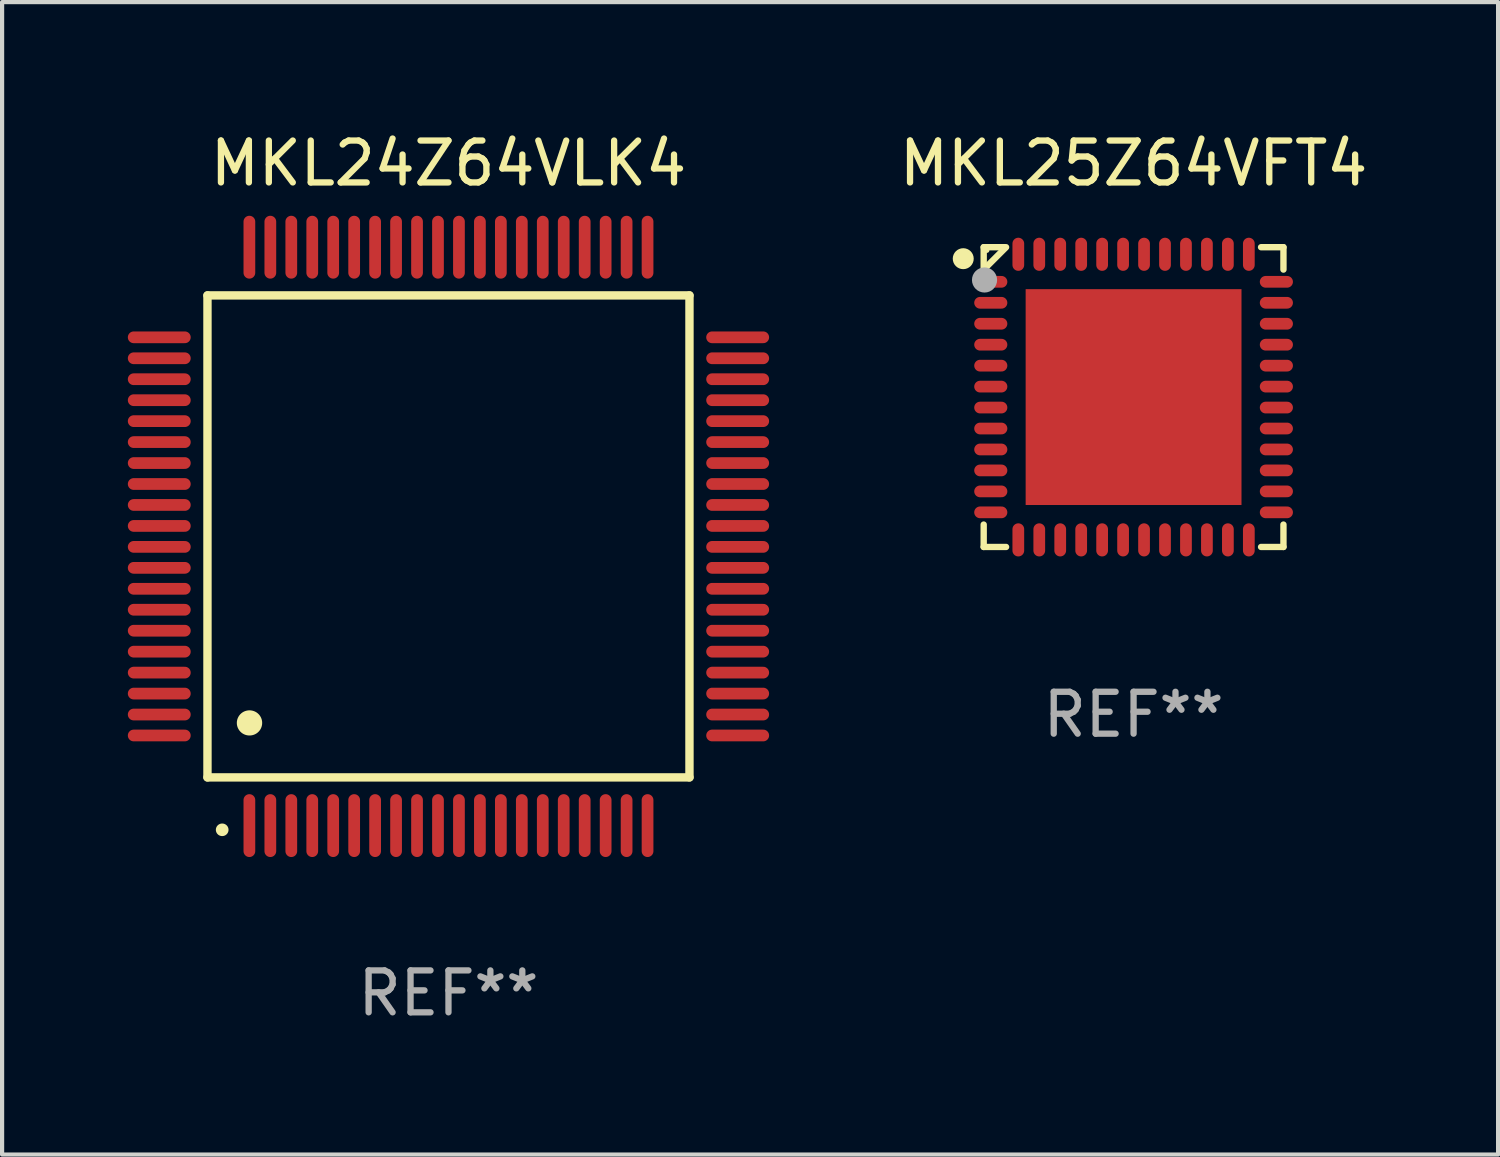
<source format=kicad_pcb>
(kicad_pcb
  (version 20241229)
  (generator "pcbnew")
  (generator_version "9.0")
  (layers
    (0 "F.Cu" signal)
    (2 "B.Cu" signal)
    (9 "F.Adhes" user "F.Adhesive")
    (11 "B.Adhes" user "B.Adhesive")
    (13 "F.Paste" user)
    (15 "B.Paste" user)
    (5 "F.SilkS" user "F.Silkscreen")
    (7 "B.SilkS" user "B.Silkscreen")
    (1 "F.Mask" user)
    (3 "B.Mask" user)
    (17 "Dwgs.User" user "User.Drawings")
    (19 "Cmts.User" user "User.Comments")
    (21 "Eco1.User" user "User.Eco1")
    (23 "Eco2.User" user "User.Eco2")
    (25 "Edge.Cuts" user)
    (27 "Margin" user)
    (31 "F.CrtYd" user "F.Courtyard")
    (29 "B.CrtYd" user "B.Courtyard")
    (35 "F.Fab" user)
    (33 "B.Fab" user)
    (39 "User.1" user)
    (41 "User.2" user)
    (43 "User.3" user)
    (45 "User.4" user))
  (footprint "MKL24Z64VLK4"
    (layer "F.Cu")
    (at 7.65 9.748)
    (property "Reference" "MKL24Z64VLK4" (at 0 -8.9 0) (layer "F.SilkS") (effects (font (size 1 1) (thickness 0.15))))
    (attr through_hole)
    (fp_line (start -5.75 -5.75) (end 5.75 -5.75) (stroke (width 0.2) (type solid)) (layer "F.SilkS"))
    (fp_line (start -5.75 5.75) (end -5.75 -5.75) (stroke (width 0.2) (type solid)) (layer "F.SilkS"))
    (fp_line (start 5.75 -5.75) (end 5.75 5.75) (stroke (width 0.2) (type solid)) (layer "F.SilkS"))
    (fp_line (start 5.75 5.75) (end -5.75 5.75) (stroke (width 0.2) (type solid)) (layer "F.SilkS"))
    (fp_arc (start -5.400051 7.000254) (mid -5.398781 7.000249) (end -5.397511 7.000254) (stroke (width 0.3) (type solid)) (layer "F.SilkS"))
    (fp_arc (start -4.749809 4.450089) (mid -4.747269 4.450078) (end -4.744729 4.450089) (stroke (width 0.6) (type solid)) (layer "F.SilkS"))
    (fp_text user "REF**" (at 0 10.9 0) (layer "F.Fab") (effects (font (size 1 1) (thickness 0.15))))
    (pad "1" smd oval (at -4.75 6.9) (size 0.28 1.5) (layers "F.Cu" "F.Mask" "F.Paste"))
    (pad "2" smd oval (at -4.25 6.9) (size 0.28 1.5) (layers "F.Cu" "F.Mask" "F.Paste"))
    (pad "3" smd oval (at -3.75 6.9) (size 0.28 1.5) (layers "F.Cu" "F.Mask" "F.Paste"))
    (pad "4" smd oval (at -3.25 6.9) (size 0.28 1.5) (layers "F.Cu" "F.Mask" "F.Paste"))
    (pad "5" smd oval (at -2.75 6.9) (size 0.28 1.5) (layers "F.Cu" "F.Mask" "F.Paste"))
    (pad "6" smd oval (at -2.25 6.9) (size 0.28 1.5) (layers "F.Cu" "F.Mask" "F.Paste"))
    (pad "7" smd oval (at -1.75 6.9) (size 0.28 1.5) (layers "F.Cu" "F.Mask" "F.Paste"))
    (pad "8" smd oval (at -1.25 6.9) (size 0.28 1.5) (layers "F.Cu" "F.Mask" "F.Paste"))
    (pad "9" smd oval (at -0.75 6.9) (size 0.28 1.5) (layers "F.Cu" "F.Mask" "F.Paste"))
    (pad "10" smd oval (at -0.25 6.9) (size 0.28 1.5) (layers "F.Cu" "F.Mask" "F.Paste"))
    (pad "11" smd oval (at 0.25 6.9) (size 0.28 1.5) (layers "F.Cu" "F.Mask" "F.Paste"))
    (pad "12" smd oval (at 0.75 6.9) (size 0.28 1.5) (layers "F.Cu" "F.Mask" "F.Paste"))
    (pad "13" smd oval (at 1.25 6.9) (size 0.28 1.5) (layers "F.Cu" "F.Mask" "F.Paste"))
    (pad "14" smd oval (at 1.75 6.9) (size 0.28 1.5) (layers "F.Cu" "F.Mask" "F.Paste"))
    (pad "15" smd oval (at 2.25 6.9) (size 0.28 1.5) (layers "F.Cu" "F.Mask" "F.Paste"))
    (pad "16" smd oval (at 2.75 6.9) (size 0.28 1.5) (layers "F.Cu" "F.Mask" "F.Paste"))
    (pad "17" smd oval (at 3.25 6.9) (size 0.28 1.5) (layers "F.Cu" "F.Mask" "F.Paste"))
    (pad "18" smd oval (at 3.75 6.9) (size 0.28 1.5) (layers "F.Cu" "F.Mask" "F.Paste"))
    (pad "19" smd oval (at 4.25 6.9) (size 0.28 1.5) (layers "F.Cu" "F.Mask" "F.Paste"))
    (pad "20" smd oval (at 4.75 6.9) (size 0.28 1.5) (layers "F.Cu" "F.Mask" "F.Paste"))
    (pad "21" smd oval (at 6.9 4.75) (size 1.5 0.28) (layers "F.Cu" "F.Mask" "F.Paste"))
    (pad "22" smd oval (at 6.9 4.25) (size 1.5 0.28) (layers "F.Cu" "F.Mask" "F.Paste"))
    (pad "23" smd oval (at 6.9 3.75) (size 1.5 0.28) (layers "F.Cu" "F.Mask" "F.Paste"))
    (pad "24" smd oval (at 6.9 3.25) (size 1.5 0.28) (layers "F.Cu" "F.Mask" "F.Paste"))
    (pad "25" smd oval (at 6.9 2.75) (size 1.5 0.28) (layers "F.Cu" "F.Mask" "F.Paste"))
    (pad "26" smd oval (at 6.9 2.25) (size 1.5 0.28) (layers "F.Cu" "F.Mask" "F.Paste"))
    (pad "27" smd oval (at 6.9 1.75) (size 1.5 0.28) (layers "F.Cu" "F.Mask" "F.Paste"))
    (pad "28" smd oval (at 6.9 1.25) (size 1.5 0.28) (layers "F.Cu" "F.Mask" "F.Paste"))
    (pad "29" smd oval (at 6.9 0.75) (size 1.5 0.28) (layers "F.Cu" "F.Mask" "F.Paste"))
    (pad "30" smd oval (at 6.9 0.25) (size 1.5 0.28) (layers "F.Cu" "F.Mask" "F.Paste"))
    (pad "31" smd oval (at 6.9 -0.25) (size 1.5 0.28) (layers "F.Cu" "F.Mask" "F.Paste"))
    (pad "32" smd oval (at 6.9 -0.75) (size 1.5 0.28) (layers "F.Cu" "F.Mask" "F.Paste"))
    (pad "33" smd oval (at 6.9 -1.25) (size 1.5 0.28) (layers "F.Cu" "F.Mask" "F.Paste"))
    (pad "34" smd oval (at 6.9 -1.75) (size 1.5 0.28) (layers "F.Cu" "F.Mask" "F.Paste"))
    (pad "35" smd oval (at 6.9 -2.25) (size 1.5 0.28) (layers "F.Cu" "F.Mask" "F.Paste"))
    (pad "36" smd oval (at 6.9 -2.75) (size 1.5 0.28) (layers "F.Cu" "F.Mask" "F.Paste"))
    (pad "37" smd oval (at 6.9 -3.25) (size 1.5 0.28) (layers "F.Cu" "F.Mask" "F.Paste"))
    (pad "38" smd oval (at 6.9 -3.75) (size 1.5 0.28) (layers "F.Cu" "F.Mask" "F.Paste"))
    (pad "39" smd oval (at 6.9 -4.25) (size 1.5 0.28) (layers "F.Cu" "F.Mask" "F.Paste"))
    (pad "40" smd oval (at 6.9 -4.75) (size 1.5 0.28) (layers "F.Cu" "F.Mask" "F.Paste"))
    (pad "41" smd oval (at 4.75 -6.9) (size 0.28 1.5) (layers "F.Cu" "F.Mask" "F.Paste"))
    (pad "42" smd oval (at 4.25 -6.9) (size 0.28 1.5) (layers "F.Cu" "F.Mask" "F.Paste"))
    (pad "43" smd oval (at 3.75 -6.9) (size 0.28 1.5) (layers "F.Cu" "F.Mask" "F.Paste"))
    (pad "44" smd oval (at 3.25 -6.9) (size 0.28 1.5) (layers "F.Cu" "F.Mask" "F.Paste"))
    (pad "45" smd oval (at 2.75 -6.9) (size 0.28 1.5) (layers "F.Cu" "F.Mask" "F.Paste"))
    (pad "46" smd oval (at 2.25 -6.9) (size 0.28 1.5) (layers "F.Cu" "F.Mask" "F.Paste"))
    (pad "47" smd oval (at 1.75 -6.9) (size 0.28 1.5) (layers "F.Cu" "F.Mask" "F.Paste"))
    (pad "48" smd oval (at 1.25 -6.9) (size 0.28 1.5) (layers "F.Cu" "F.Mask" "F.Paste"))
    (pad "49" smd oval (at 0.75 -6.9) (size 0.28 1.5) (layers "F.Cu" "F.Mask" "F.Paste"))
    (pad "50" smd oval (at 0.25 -6.9) (size 0.28 1.5) (layers "F.Cu" "F.Mask" "F.Paste"))
    (pad "51" smd oval (at -0.25 -6.9) (size 0.28 1.5) (layers "F.Cu" "F.Mask" "F.Paste"))
    (pad "52" smd oval (at -0.75 -6.9) (size 0.28 1.5) (layers "F.Cu" "F.Mask" "F.Paste"))
    (pad "53" smd oval (at -1.25 -6.9) (size 0.28 1.5) (layers "F.Cu" "F.Mask" "F.Paste"))
    (pad "54" smd oval (at -1.75 -6.9) (size 0.28 1.5) (layers "F.Cu" "F.Mask" "F.Paste"))
    (pad "55" smd oval (at -2.25 -6.9) (size 0.28 1.5) (layers "F.Cu" "F.Mask" "F.Paste"))
    (pad "56" smd oval (at -2.75 -6.9) (size 0.28 1.5) (layers "F.Cu" "F.Mask" "F.Paste"))
    (pad "57" smd oval (at -3.25 -6.9) (size 0.28 1.5) (layers "F.Cu" "F.Mask" "F.Paste"))
    (pad "58" smd oval (at -3.75 -6.9) (size 0.28 1.5) (layers "F.Cu" "F.Mask" "F.Paste"))
    (pad "59" smd oval (at -4.25 -6.9) (size 0.28 1.5) (layers "F.Cu" "F.Mask" "F.Paste"))
    (pad "60" smd oval (at -4.75 -6.9) (size 0.28 1.5) (layers "F.Cu" "F.Mask" "F.Paste"))
    (pad "61" smd oval (at -6.9 -4.75) (size 1.5 0.28) (layers "F.Cu" "F.Mask" "F.Paste"))
    (pad "62" smd oval (at -6.9 -4.25) (size 1.5 0.28) (layers "F.Cu" "F.Mask" "F.Paste"))
    (pad "63" smd oval (at -6.9 -3.75) (size 1.5 0.28) (layers "F.Cu" "F.Mask" "F.Paste"))
    (pad "64" smd oval (at -6.9 -3.25) (size 1.5 0.28) (layers "F.Cu" "F.Mask" "F.Paste"))
    (pad "65" smd oval (at -6.9 -2.75) (size 1.5 0.28) (layers "F.Cu" "F.Mask" "F.Paste"))
    (pad "66" smd oval (at -6.9 -2.25) (size 1.5 0.28) (layers "F.Cu" "F.Mask" "F.Paste"))
    (pad "67" smd oval (at -6.9 -1.75) (size 1.5 0.28) (layers "F.Cu" "F.Mask" "F.Paste"))
    (pad "68" smd oval (at -6.9 -1.25) (size 1.5 0.28) (layers "F.Cu" "F.Mask" "F.Paste"))
    (pad "69" smd oval (at -6.9 -0.75) (size 1.5 0.28) (layers "F.Cu" "F.Mask" "F.Paste"))
    (pad "70" smd oval (at -6.9 -0.25) (size 1.5 0.28) (layers "F.Cu" "F.Mask" "F.Paste"))
    (pad "71" smd oval (at -6.9 0.25) (size 1.5 0.28) (layers "F.Cu" "F.Mask" "F.Paste"))
    (pad "72" smd oval (at -6.9 0.75) (size 1.5 0.28) (layers "F.Cu" "F.Mask" "F.Paste"))
    (pad "73" smd oval (at -6.9 1.25) (size 1.5 0.28) (layers "F.Cu" "F.Mask" "F.Paste"))
    (pad "74" smd oval (at -6.9 1.75) (size 1.5 0.28) (layers "F.Cu" "F.Mask" "F.Paste"))
    (pad "75" smd oval (at -6.9 2.25) (size 1.5 0.28) (layers "F.Cu" "F.Mask" "F.Paste"))
    (pad "76" smd oval (at -6.9 2.75) (size 1.5 0.28) (layers "F.Cu" "F.Mask" "F.Paste"))
    (pad "77" smd oval (at -6.9 3.25) (size 1.5 0.28) (layers "F.Cu" "F.Mask" "F.Paste"))
    (pad "78" smd oval (at -6.9 3.75) (size 1.5 0.28) (layers "F.Cu" "F.Mask" "F.Paste"))
    (pad "79" smd oval (at -6.9 4.25) (size 1.5 0.28) (layers "F.Cu" "F.Mask" "F.Paste"))
    (pad "80" smd oval (at -6.9 4.75) (size 1.5 0.28) (layers "F.Cu" "F.Mask" "F.Paste")))
  (footprint "MKL25Z64VFT4"
    (layer "F.Cu")
    (at 23.996 6.424)
    (property "Reference" "MKL25Z64VFT4" (at 0 -5.576 0) (layer "F.SilkS") (effects (font (size 1 1) (thickness 0.15))))
    (attr through_hole)
    (fp_line (start -3.576 -3.576) (end -3.042 -3.576) (stroke (width 0.152) (type solid)) (layer "F.SilkS"))
    (fp_line (start -3.576 -3.042) (end -3.576 -3.576) (stroke (width 0.152) (type solid)) (layer "F.SilkS"))
    (fp_line (start -3.576 3.042) (end -3.576 3.576) (stroke (width 0.152) (type solid)) (layer "F.SilkS"))
    (fp_line (start -3.576 3.576) (end -3.042 3.576) (stroke (width 0.152) (type solid)) (layer "F.SilkS"))
    (fp_line (start -3.069 -3.549) (end -3.549 -3.069) (stroke (width 0.152) (type solid)) (layer "F.SilkS"))
    (fp_line (start 3.576 -3.576) (end 3.042 -3.576) (stroke (width 0.152) (type solid)) (layer "F.SilkS"))
    (fp_line (start 3.576 -3.042) (end 3.576 -3.576) (stroke (width 0.152) (type solid)) (layer "F.SilkS"))
    (fp_line (start 3.576 3.042) (end 3.576 3.576) (stroke (width 0.152) (type solid)) (layer "F.SilkS"))
    (fp_line (start 3.576 3.576) (end 3.042 3.576) (stroke (width 0.152) (type solid)) (layer "F.SilkS"))
    (fp_circle (center -4.064 -3.302) (end -3.939 -3.302) (stroke (width 0.25) (type solid)) (fill no) (layer "F.SilkS"))
    (fp_circle (center -3.5 -3.5) (end -3.47 -3.5) (stroke (width 0.06) (type solid)) (fill no) (layer "F.SilkS"))
    (fp_circle (center -3.556 -2.794) (end -3.406 -2.794) (stroke (width 0.3) (type solid)) (fill no) (layer "F.Fab"))
    (fp_text user "REF**" (at 0 7.576 0) (layer "F.Fab") (effects (font (size 1 1) (thickness 0.15))))
    (pad "1" smd oval (at -3.407 -2.75) (size 0.79 0.28) (layers "F.Cu" "F.Mask" "F.Paste"))
    (pad "2" smd oval (at -3.407 -2.25) (size 0.79 0.28) (layers "F.Cu" "F.Mask" "F.Paste"))
    (pad "3" smd oval (at -3.407 -1.75) (size 0.79 0.28) (layers "F.Cu" "F.Mask" "F.Paste"))
    (pad "4" smd oval (at -3.407 -1.25) (size 0.79 0.28) (layers "F.Cu" "F.Mask" "F.Paste"))
    (pad "5" smd oval (at -3.407 -0.75) (size 0.79 0.28) (layers "F.Cu" "F.Mask" "F.Paste"))
    (pad "6" smd oval (at -3.407 -0.25) (size 0.79 0.28) (layers "F.Cu" "F.Mask" "F.Paste"))
    (pad "7" smd oval (at -3.407 0.25) (size 0.79 0.28) (layers "F.Cu" "F.Mask" "F.Paste"))
    (pad "8" smd oval (at -3.407 0.75) (size 0.79 0.28) (layers "F.Cu" "F.Mask" "F.Paste"))
    (pad "9" smd oval (at -3.407 1.25) (size 0.79 0.28) (layers "F.Cu" "F.Mask" "F.Paste"))
    (pad "10" smd oval (at -3.407 1.75) (size 0.79 0.28) (layers "F.Cu" "F.Mask" "F.Paste"))
    (pad "11" smd oval (at -3.407 2.25) (size 0.79 0.28) (layers "F.Cu" "F.Mask" "F.Paste"))
    (pad "12" smd oval (at -3.407 2.75) (size 0.79 0.28) (layers "F.Cu" "F.Mask" "F.Paste"))
    (pad "13" smd oval (at -2.75 3.407) (size 0.28 0.79) (layers "F.Cu" "F.Mask" "F.Paste"))
    (pad "14" smd oval (at -2.25 3.407) (size 0.28 0.79) (layers "F.Cu" "F.Mask" "F.Paste"))
    (pad "15" smd oval (at -1.75 3.407) (size 0.28 0.79) (layers "F.Cu" "F.Mask" "F.Paste"))
    (pad "16" smd oval (at -1.25 3.407) (size 0.28 0.79) (layers "F.Cu" "F.Mask" "F.Paste"))
    (pad "17" smd oval (at -0.75 3.407) (size 0.28 0.79) (layers "F.Cu" "F.Mask" "F.Paste"))
    (pad "18" smd oval (at -0.25 3.407) (size 0.28 0.79) (layers "F.Cu" "F.Mask" "F.Paste"))
    (pad "19" smd oval (at 0.25 3.407) (size 0.28 0.79) (layers "F.Cu" "F.Mask" "F.Paste"))
    (pad "20" smd oval (at 0.75 3.407) (size 0.28 0.79) (layers "F.Cu" "F.Mask" "F.Paste"))
    (pad "21" smd oval (at 1.25 3.407) (size 0.28 0.79) (layers "F.Cu" "F.Mask" "F.Paste"))
    (pad "22" smd oval (at 1.75 3.407) (size 0.28 0.79) (layers "F.Cu" "F.Mask" "F.Paste"))
    (pad "23" smd oval (at 2.25 3.407) (size 0.28 0.79) (layers "F.Cu" "F.Mask" "F.Paste"))
    (pad "24" smd oval (at 2.75 3.407) (size 0.28 0.79) (layers "F.Cu" "F.Mask" "F.Paste"))
    (pad "25" smd oval (at 3.407 2.75) (size 0.79 0.28) (layers "F.Cu" "F.Mask" "F.Paste"))
    (pad "26" smd oval (at 3.407 2.25) (size 0.79 0.28) (layers "F.Cu" "F.Mask" "F.Paste"))
    (pad "27" smd oval (at 3.407 1.75) (size 0.79 0.28) (layers "F.Cu" "F.Mask" "F.Paste"))
    (pad "28" smd oval (at 3.407 1.25) (size 0.79 0.28) (layers "F.Cu" "F.Mask" "F.Paste"))
    (pad "29" smd oval (at 3.407 0.75) (size 0.79 0.28) (layers "F.Cu" "F.Mask" "F.Paste"))
    (pad "30" smd oval (at 3.407 0.25) (size 0.79 0.28) (layers "F.Cu" "F.Mask" "F.Paste"))
    (pad "31" smd oval (at 3.407 -0.25) (size 0.79 0.28) (layers "F.Cu" "F.Mask" "F.Paste"))
    (pad "32" smd oval (at 3.407 -0.75) (size 0.79 0.28) (layers "F.Cu" "F.Mask" "F.Paste"))
    (pad "33" smd oval (at 3.407 -1.25) (size 0.79 0.28) (layers "F.Cu" "F.Mask" "F.Paste"))
    (pad "34" smd oval (at 3.407 -1.75) (size 0.79 0.28) (layers "F.Cu" "F.Mask" "F.Paste"))
    (pad "35" smd oval (at 3.407 -2.25) (size 0.79 0.28) (layers "F.Cu" "F.Mask" "F.Paste"))
    (pad "36" smd oval (at 3.407 -2.75) (size 0.79 0.28) (layers "F.Cu" "F.Mask" "F.Paste"))
    (pad "37" smd oval (at 2.75 -3.407) (size 0.28 0.79) (layers "F.Cu" "F.Mask" "F.Paste"))
    (pad "38" smd oval (at 2.25 -3.407) (size 0.28 0.79) (layers "F.Cu" "F.Mask" "F.Paste"))
    (pad "39" smd oval (at 1.75 -3.407) (size 0.28 0.79) (layers "F.Cu" "F.Mask" "F.Paste"))
    (pad "40" smd oval (at 1.25 -3.407) (size 0.28 0.79) (layers "F.Cu" "F.Mask" "F.Paste"))
    (pad "41" smd oval (at 0.75 -3.407) (size 0.28 0.79) (layers "F.Cu" "F.Mask" "F.Paste"))
    (pad "42" smd oval (at 0.25 -3.407) (size 0.28 0.79) (layers "F.Cu" "F.Mask" "F.Paste"))
    (pad "43" smd oval (at -0.25 -3.407) (size 0.28 0.79) (layers "F.Cu" "F.Mask" "F.Paste"))
    (pad "44" smd oval (at -0.75 -3.407) (size 0.28 0.79) (layers "F.Cu" "F.Mask" "F.Paste"))
    (pad "45" smd oval (at -1.25 -3.407) (size 0.28 0.79) (layers "F.Cu" "F.Mask" "F.Paste"))
    (pad "46" smd oval (at -1.75 -3.407) (size 0.28 0.79) (layers "F.Cu" "F.Mask" "F.Paste"))
    (pad "47" smd oval (at -2.25 -3.407) (size 0.28 0.79) (layers "F.Cu" "F.Mask" "F.Paste"))
    (pad "48" smd oval (at -2.75 -3.407) (size 0.28 0.79) (layers "F.Cu" "F.Mask" "F.Paste"))
    (pad "49" smd rect (at 0 0) (size 5.15 5.15) (layers "F.Cu" "F.Mask" "F.Paste")))
  (gr_rect
    (start -3 -3)
    (end 32.693 24.496)
    (stroke (width 0.1) (type default))
    (fill no)
    (layer "Edge.Cuts")))
</source>
